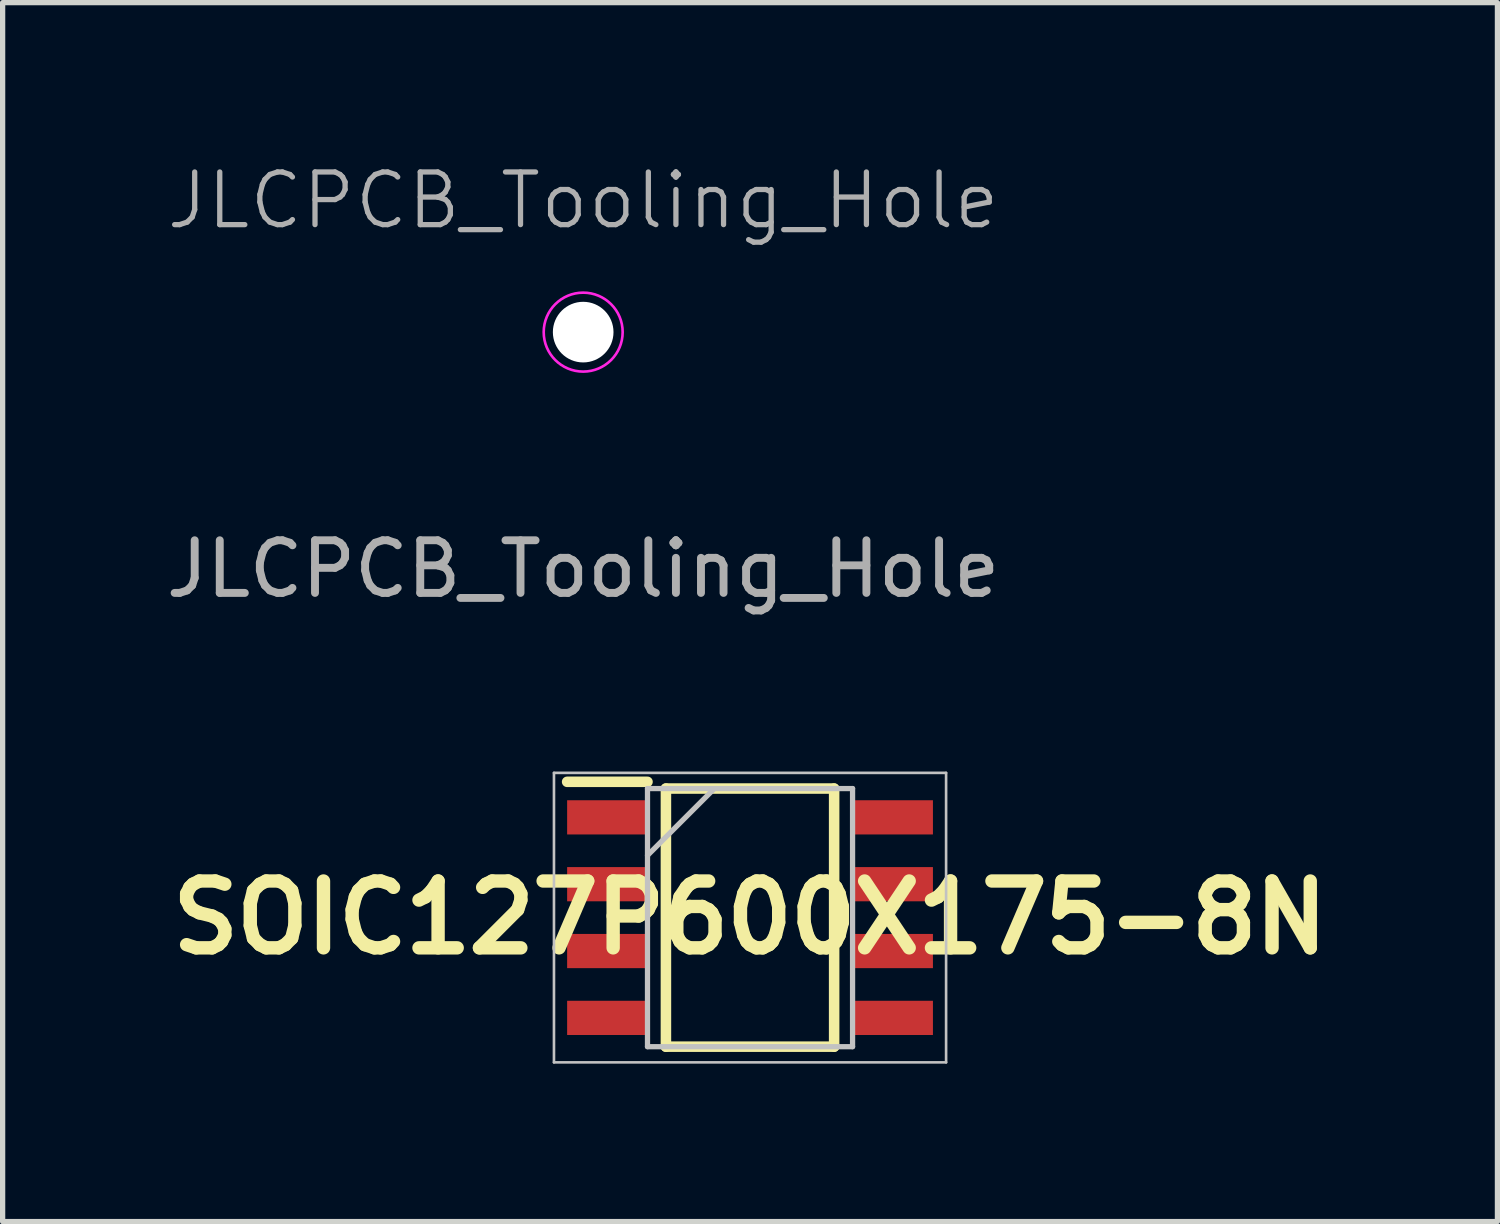
<source format=kicad_pcb>
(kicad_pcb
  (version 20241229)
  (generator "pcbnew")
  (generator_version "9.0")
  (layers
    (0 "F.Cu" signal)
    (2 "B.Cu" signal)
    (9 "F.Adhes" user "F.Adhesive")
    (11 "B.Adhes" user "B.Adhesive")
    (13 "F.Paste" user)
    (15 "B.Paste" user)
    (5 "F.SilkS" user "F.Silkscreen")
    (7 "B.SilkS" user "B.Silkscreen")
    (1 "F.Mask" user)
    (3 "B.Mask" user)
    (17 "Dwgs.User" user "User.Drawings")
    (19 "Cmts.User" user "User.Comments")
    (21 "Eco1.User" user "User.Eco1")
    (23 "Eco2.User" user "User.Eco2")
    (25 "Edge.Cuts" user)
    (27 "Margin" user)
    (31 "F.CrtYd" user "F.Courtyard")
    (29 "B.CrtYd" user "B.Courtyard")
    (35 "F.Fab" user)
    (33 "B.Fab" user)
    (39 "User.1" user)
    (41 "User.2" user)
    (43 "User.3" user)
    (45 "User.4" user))
  (footprint "SOIC127P600X175-8N"
    (layer "F.Cu")
    (at 11.2 14.384)
    (property "Reference" "SOIC127P600X175-8N" (at 0 0 0) (layer "F.SilkS") (effects (font (size 1.27 1.27) (thickness 0.254))))
    (attr smd)
    (fp_line (start -3.475 -2.58) (end -1.948 -2.58) (stroke (width 0.2) (type solid)) (layer "F.SilkS"))
    (fp_line (start -1.598 -2.452) (end 1.598 -2.452) (stroke (width 0.2) (type solid)) (layer "F.SilkS"))
    (fp_line (start -1.598 2.452) (end -1.598 -2.452) (stroke (width 0.2) (type solid)) (layer "F.SilkS"))
    (fp_line (start 1.598 -2.452) (end 1.598 2.452) (stroke (width 0.2) (type solid)) (layer "F.SilkS"))
    (fp_line (start 1.598 2.452) (end -1.598 2.452) (stroke (width 0.2) (type solid)) (layer "F.SilkS"))
    (fp_line (start -3.725 -2.75) (end 3.725 -2.75) (stroke (width 0.05) (type solid)) (layer "Dwgs.User"))
    (fp_line (start -3.725 2.75) (end -3.725 -2.75) (stroke (width 0.05) (type solid)) (layer "Dwgs.User"))
    (fp_line (start -1.948 -2.452) (end 1.948 -2.452) (stroke (width 0.1) (type solid)) (layer "Dwgs.User"))
    (fp_line (start -1.948 -1.182) (end -0.678 -2.452) (stroke (width 0.1) (type solid)) (layer "Dwgs.User"))
    (fp_line (start -1.948 2.452) (end -1.948 -2.452) (stroke (width 0.1) (type solid)) (layer "Dwgs.User"))
    (fp_line (start 1.948 -2.452) (end 1.948 2.452) (stroke (width 0.1) (type solid)) (layer "Dwgs.User"))
    (fp_line (start 1.948 2.452) (end -1.948 2.452) (stroke (width 0.1) (type solid)) (layer "Dwgs.User"))
    (fp_line (start 3.725 -2.75) (end 3.725 2.75) (stroke (width 0.05) (type solid)) (layer "Dwgs.User"))
    (fp_line (start 3.725 2.75) (end -3.725 2.75) (stroke (width 0.05) (type solid)) (layer "Dwgs.User"))
    (pad "1" smd rect (at -2.711 -1.905 90) (size 0.65 1.528) (layers "F.Cu" "F.Mask" "F.Paste"))
    (pad "2" smd rect (at -2.711 -0.635 90) (size 0.65 1.528) (layers "F.Cu" "F.Mask" "F.Paste"))
    (pad "3" smd rect (at -2.711 0.635 90) (size 0.65 1.528) (layers "F.Cu" "F.Mask" "F.Paste"))
    (pad "4" smd rect (at -2.711 1.905 90) (size 0.65 1.528) (layers "F.Cu" "F.Mask" "F.Paste"))
    (pad "5" smd rect (at 2.711 1.905 90) (size 0.65 1.528) (layers "F.Cu" "F.Mask" "F.Paste"))
    (pad "6" smd rect (at 2.711 0.635 90) (size 0.65 1.528) (layers "F.Cu" "F.Mask" "F.Paste"))
    (pad "7" smd rect (at 2.711 -0.635 90) (size 0.65 1.528) (layers "F.Cu" "F.Mask" "F.Paste"))
    (pad "8" smd rect (at 2.711 -1.905 90) (size 0.65 1.528) (layers "F.Cu" "F.Mask" "F.Paste")))
  (footprint "JLCPCB_Tooling_Hole"
    (layer "F.Cu")
    (at 8.03 3.26)
    (property "Reference" "JLCPCB_Tooling_Hole" (at 0 -2.5 0) (unlocked yes) (layer "F.Fab") (effects (font (size 1 1) (thickness 0.1))))
    (attr board_only exclude_from_pos_files exclude_from_bom)
    (fp_circle (center 0 0) (end 0.75 0) (stroke (width 0.05) (type default)) (fill no) (layer "F.CrtYd"))
    (fp_text user "${REFERENCE}" (at 0 4.5 0) (unlocked yes) (layer "F.Fab") (effects (font (size 1 1) (thickness 0.15))))
    (pad "" np_thru_hole circle (at 0 0) (size 1.152 1.152) (drill 1.152) (layers "*.Cu" "*.Mask")))
  (gr_rect
    (start -3 -3)
    (end 25.4 20.159)
    (stroke (width 0.1) (type default))
    (fill no)
    (layer "Edge.Cuts")))
</source>
